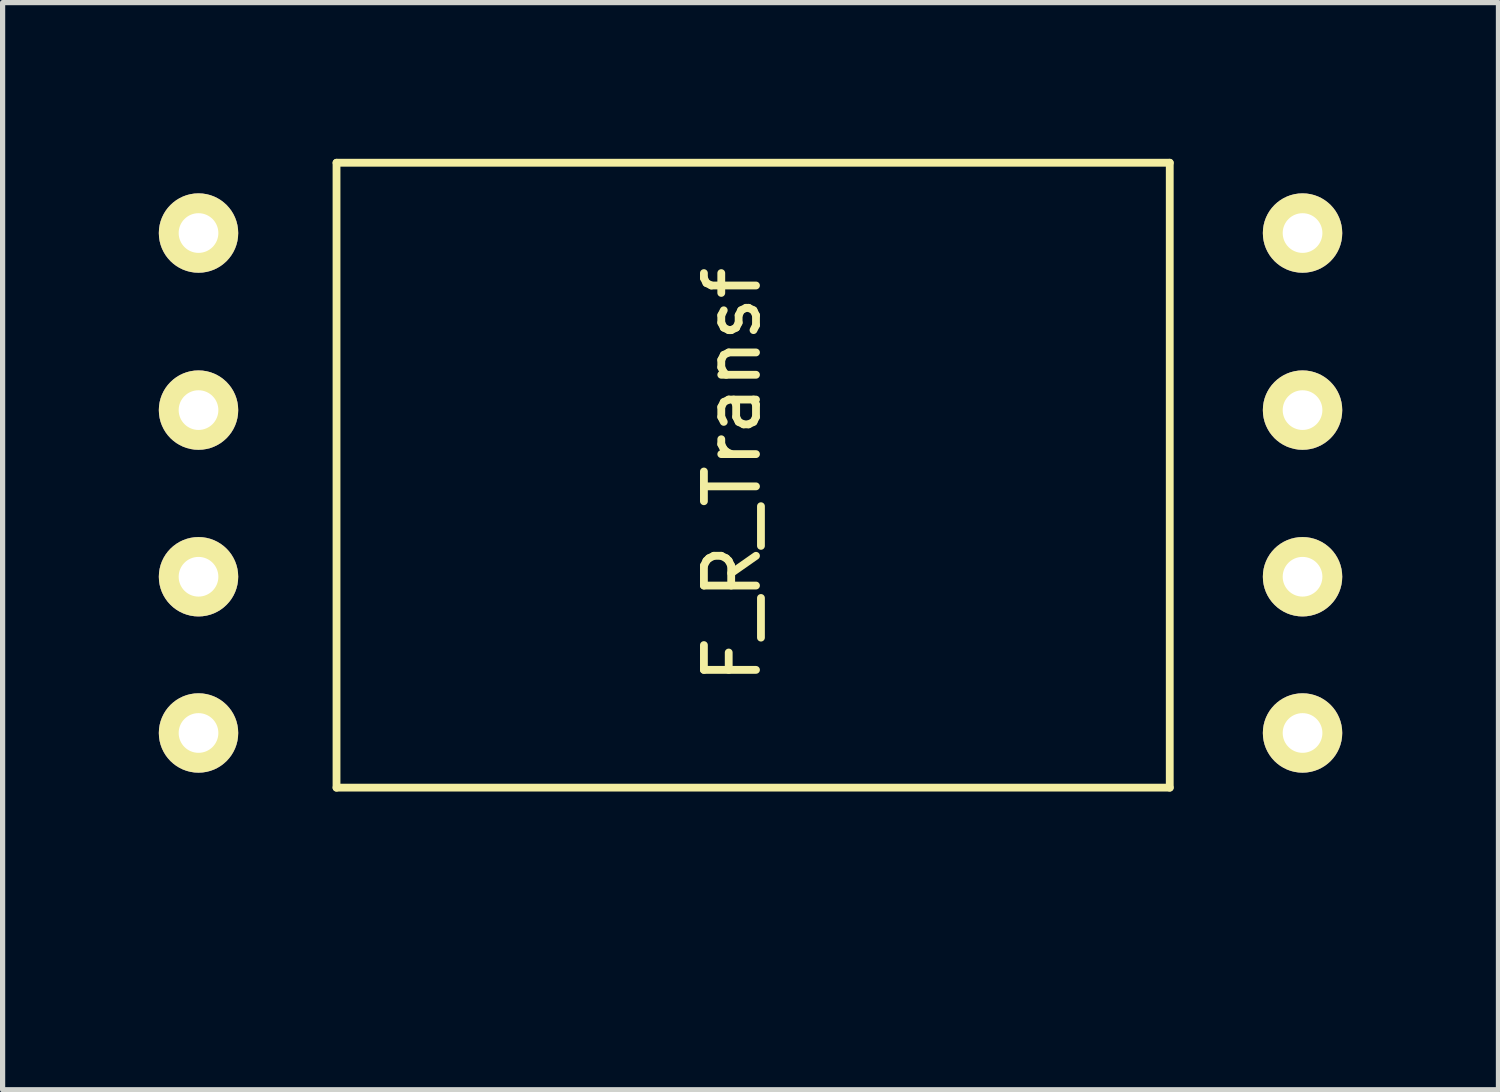
<source format=kicad_pcb>
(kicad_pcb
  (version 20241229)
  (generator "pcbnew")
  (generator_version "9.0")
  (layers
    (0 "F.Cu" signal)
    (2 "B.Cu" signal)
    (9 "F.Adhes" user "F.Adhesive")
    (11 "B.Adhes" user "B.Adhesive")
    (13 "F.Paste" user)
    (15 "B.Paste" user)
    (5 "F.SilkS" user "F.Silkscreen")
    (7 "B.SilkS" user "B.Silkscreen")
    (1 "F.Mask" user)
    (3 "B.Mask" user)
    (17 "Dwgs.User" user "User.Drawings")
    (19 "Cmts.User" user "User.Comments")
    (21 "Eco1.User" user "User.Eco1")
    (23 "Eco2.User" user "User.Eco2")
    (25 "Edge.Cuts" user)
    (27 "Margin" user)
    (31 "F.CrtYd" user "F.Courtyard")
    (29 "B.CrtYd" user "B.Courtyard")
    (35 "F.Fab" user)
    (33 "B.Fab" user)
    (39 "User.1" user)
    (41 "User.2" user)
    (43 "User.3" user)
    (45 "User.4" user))
  (footprint "F_R_Transf"
    (layer "F.Cu")
    (at 12.762 14.625)
    (property "Reference" "F_R_Transf" (at -1.75 -8.55 90) (layer "F.SilkS") (effects (font (size 1 1) (thickness 0.15))))
    (attr through_hole)
    (fp_line (start -9.35 -14.55) (end 6.65 -14.55) (stroke (width 0.15) (type solid)) (layer "F.SilkS"))
    (fp_line (start -9.35 -2.55) (end -9.35 -14.55) (stroke (width 0.15) (type solid)) (layer "F.SilkS"))
    (fp_line (start 6.65 -14.55) (end 6.65 -2.55) (stroke (width 0.15) (type solid)) (layer "F.SilkS"))
    (fp_line (start 6.65 -2.55) (end -9.35 -2.55) (stroke (width 0.15) (type solid)) (layer "F.SilkS"))
    (pad "1" thru_hole circle (at 9.2 -9.8) (size 1.524 1.524) (drill 0.762) (layers "*.Cu" "*.Mask" "F.SilkS"))
    (pad "2" thru_hole circle (at 9.2 -13.2) (size 1.524 1.524) (drill 0.762) (layers "*.Cu" "*.Mask" "F.SilkS"))
    (pad "3" thru_hole circle (at 9.2 -6.6) (size 1.524 1.524) (drill 0.762) (layers "*.Cu" "*.Mask" "F.SilkS"))
    (pad "4" thru_hole circle (at 9.2 -3.6) (size 1.524 1.524) (drill 0.762) (layers "*.Cu" "*.Mask" "F.SilkS"))
    (pad "5" thru_hole circle (at -12 -13.2) (size 1.524 1.524) (drill 0.762) (layers "*.Cu" "*.Mask" "F.SilkS"))
    (pad "6" thru_hole circle (at -12 -9.8) (size 1.524 1.524) (drill 0.762) (layers "*.Cu" "*.Mask" "F.SilkS"))
    (pad "7" thru_hole circle (at -12 -6.6) (size 1.524 1.524) (drill 0.762) (layers "*.Cu" "*.Mask" "F.SilkS"))
    (pad "8" thru_hole circle (at -12 -3.6) (size 1.524 1.524) (drill 0.762) (layers "*.Cu" "*.Mask" "F.SilkS")))
  (gr_rect
    (start -3 -3)
    (end 25.724 17.875)
    (stroke (width 0.1) (type default))
    (fill no)
    (layer "Edge.Cuts")))
</source>
